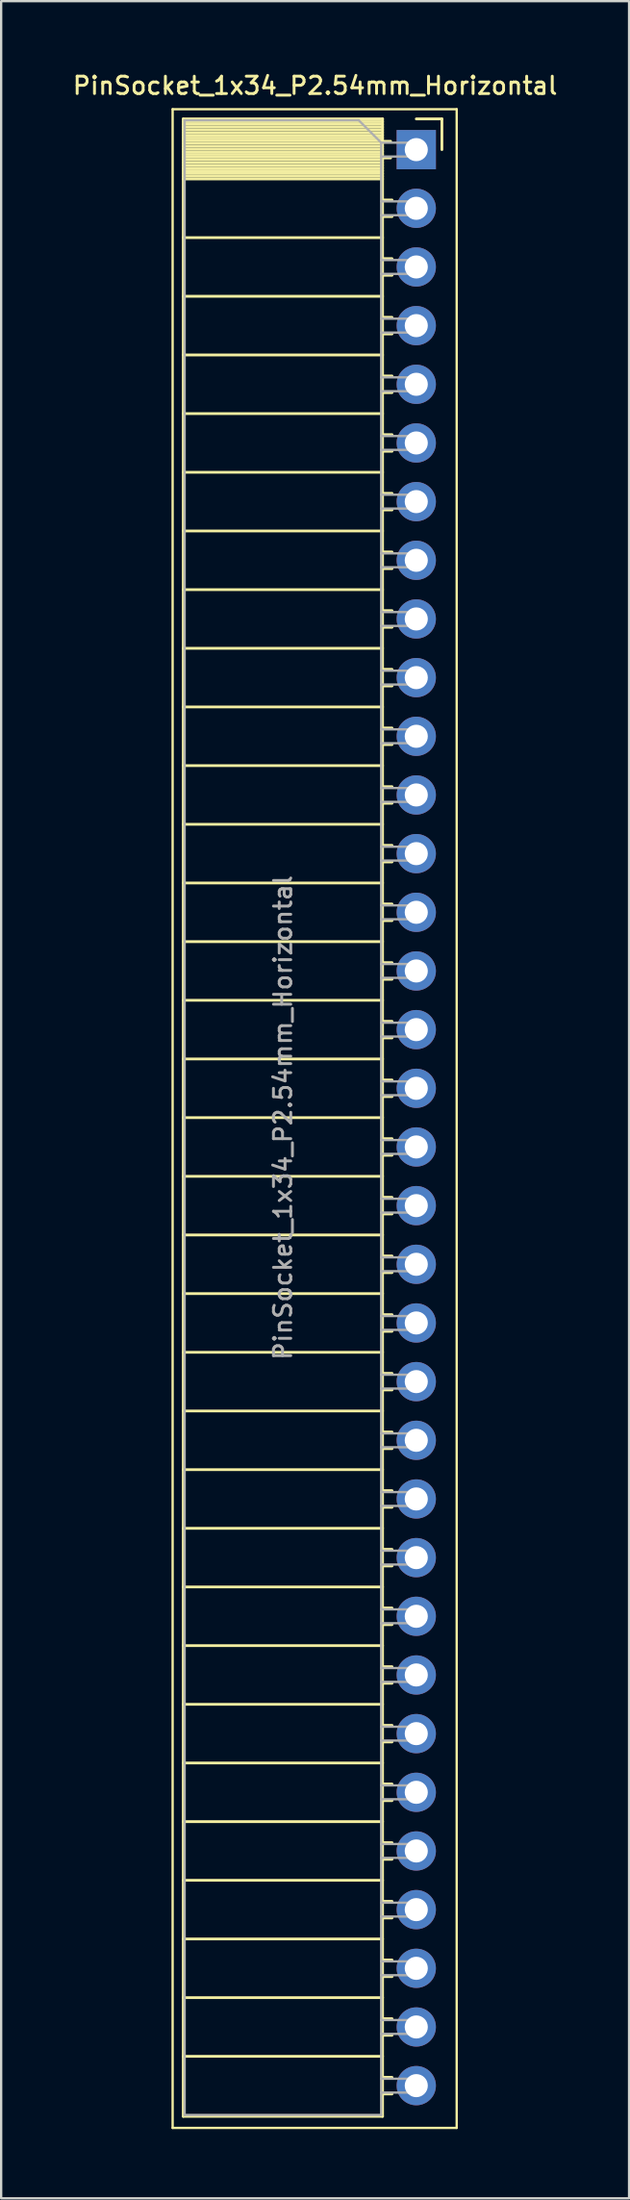
<source format=kicad_pcb>
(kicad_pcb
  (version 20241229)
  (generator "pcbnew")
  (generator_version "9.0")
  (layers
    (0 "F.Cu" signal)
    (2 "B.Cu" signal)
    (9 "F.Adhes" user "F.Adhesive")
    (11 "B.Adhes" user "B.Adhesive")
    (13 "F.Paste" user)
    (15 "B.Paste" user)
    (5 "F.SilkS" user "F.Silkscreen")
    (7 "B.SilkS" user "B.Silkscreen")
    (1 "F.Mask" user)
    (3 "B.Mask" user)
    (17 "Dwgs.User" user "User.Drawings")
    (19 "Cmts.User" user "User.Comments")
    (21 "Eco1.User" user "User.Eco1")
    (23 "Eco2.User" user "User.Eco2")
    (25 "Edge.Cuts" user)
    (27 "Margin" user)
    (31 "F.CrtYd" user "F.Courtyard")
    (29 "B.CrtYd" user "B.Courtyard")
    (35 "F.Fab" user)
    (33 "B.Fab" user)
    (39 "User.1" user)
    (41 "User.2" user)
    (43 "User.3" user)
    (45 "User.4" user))
  (footprint "PinSocket_1x34_P2.54mm_Horizontal"
    (layer "F.Cu")
    (at 14.975 3.428)
    (property "Reference" "PinSocket_1x34_P2.54mm_Horizontal" (at -4.38 -2.77 0) (layer "F.SilkS") (effects (font (size 0.75 0.75) (thickness 0.125))))
    (attr through_hole)
    (fp_line (start -10.55 -1.75) (end -10.55 85.65) (stroke (width 0.1) (type solid)) (layer "F.SilkS"))
    (fp_line (start -10.55 85.65) (end 1.75 85.65) (stroke (width 0.1) (type solid)) (layer "F.SilkS"))
    (fp_line (start -10.09 -1.33) (end -10.09 85.15) (stroke (width 0.12) (type solid)) (layer "F.SilkS"))
    (fp_line (start -10.09 -1.33) (end -1.46 -1.33) (stroke (width 0.12) (type solid)) (layer "F.SilkS"))
    (fp_line (start -10.09 -1.21) (end -1.46 -1.21) (stroke (width 0.12) (type solid)) (layer "F.SilkS"))
    (fp_line (start -10.09 -1.092) (end -1.46 -1.092) (stroke (width 0.12) (type solid)) (layer "F.SilkS"))
    (fp_line (start -10.09 -0.974) (end -1.46 -0.974) (stroke (width 0.12) (type solid)) (layer "F.SilkS"))
    (fp_line (start -10.09 -0.856) (end -1.46 -0.856) (stroke (width 0.12) (type solid)) (layer "F.SilkS"))
    (fp_line (start -10.09 -0.738) (end -1.46 -0.738) (stroke (width 0.12) (type solid)) (layer "F.SilkS"))
    (fp_line (start -10.09 -0.62) (end -1.46 -0.62) (stroke (width 0.12) (type solid)) (layer "F.SilkS"))
    (fp_line (start -10.09 -0.501) (end -1.46 -0.501) (stroke (width 0.12) (type solid)) (layer "F.SilkS"))
    (fp_line (start -10.09 -0.383) (end -1.46 -0.383) (stroke (width 0.12) (type solid)) (layer "F.SilkS"))
    (fp_line (start -10.09 -0.265) (end -1.46 -0.265) (stroke (width 0.12) (type solid)) (layer "F.SilkS"))
    (fp_line (start -10.09 -0.147) (end -1.46 -0.147) (stroke (width 0.12) (type solid)) (layer "F.SilkS"))
    (fp_line (start -10.09 -0.029) (end -1.46 -0.029) (stroke (width 0.12) (type solid)) (layer "F.SilkS"))
    (fp_line (start -10.09 0.089) (end -1.46 0.089) (stroke (width 0.12) (type solid)) (layer "F.SilkS"))
    (fp_line (start -10.09 0.207) (end -1.46 0.207) (stroke (width 0.12) (type solid)) (layer "F.SilkS"))
    (fp_line (start -10.09 0.325) (end -1.46 0.325) (stroke (width 0.12) (type solid)) (layer "F.SilkS"))
    (fp_line (start -10.09 0.443) (end -1.46 0.443) (stroke (width 0.12) (type solid)) (layer "F.SilkS"))
    (fp_line (start -10.09 0.561) (end -1.46 0.561) (stroke (width 0.12) (type solid)) (layer "F.SilkS"))
    (fp_line (start -10.09 0.68) (end -1.46 0.68) (stroke (width 0.12) (type solid)) (layer "F.SilkS"))
    (fp_line (start -10.09 0.798) (end -1.46 0.798) (stroke (width 0.12) (type solid)) (layer "F.SilkS"))
    (fp_line (start -10.09 0.916) (end -1.46 0.916) (stroke (width 0.12) (type solid)) (layer "F.SilkS"))
    (fp_line (start -10.09 1.034) (end -1.46 1.034) (stroke (width 0.12) (type solid)) (layer "F.SilkS"))
    (fp_line (start -10.09 1.152) (end -1.46 1.152) (stroke (width 0.12) (type solid)) (layer "F.SilkS"))
    (fp_line (start -10.09 1.27) (end -1.46 1.27) (stroke (width 0.12) (type solid)) (layer "F.SilkS"))
    (fp_line (start -10.09 3.81) (end -1.46 3.81) (stroke (width 0.12) (type solid)) (layer "F.SilkS"))
    (fp_line (start -10.09 6.35) (end -1.46 6.35) (stroke (width 0.12) (type solid)) (layer "F.SilkS"))
    (fp_line (start -10.09 8.89) (end -1.46 8.89) (stroke (width 0.12) (type solid)) (layer "F.SilkS"))
    (fp_line (start -10.09 11.43) (end -1.46 11.43) (stroke (width 0.12) (type solid)) (layer "F.SilkS"))
    (fp_line (start -10.09 13.97) (end -1.46 13.97) (stroke (width 0.12) (type solid)) (layer "F.SilkS"))
    (fp_line (start -10.09 16.51) (end -1.46 16.51) (stroke (width 0.12) (type solid)) (layer "F.SilkS"))
    (fp_line (start -10.09 19.05) (end -1.46 19.05) (stroke (width 0.12) (type solid)) (layer "F.SilkS"))
    (fp_line (start -10.09 21.59) (end -1.46 21.59) (stroke (width 0.12) (type solid)) (layer "F.SilkS"))
    (fp_line (start -10.09 24.13) (end -1.46 24.13) (stroke (width 0.12) (type solid)) (layer "F.SilkS"))
    (fp_line (start -10.09 26.67) (end -1.46 26.67) (stroke (width 0.12) (type solid)) (layer "F.SilkS"))
    (fp_line (start -10.09 29.21) (end -1.46 29.21) (stroke (width 0.12) (type solid)) (layer "F.SilkS"))
    (fp_line (start -10.09 31.75) (end -1.46 31.75) (stroke (width 0.12) (type solid)) (layer "F.SilkS"))
    (fp_line (start -10.09 34.29) (end -1.46 34.29) (stroke (width 0.12) (type solid)) (layer "F.SilkS"))
    (fp_line (start -10.09 36.83) (end -1.46 36.83) (stroke (width 0.12) (type solid)) (layer "F.SilkS"))
    (fp_line (start -10.09 39.37) (end -1.46 39.37) (stroke (width 0.12) (type solid)) (layer "F.SilkS"))
    (fp_line (start -10.09 41.91) (end -1.46 41.91) (stroke (width 0.12) (type solid)) (layer "F.SilkS"))
    (fp_line (start -10.09 44.45) (end -1.46 44.45) (stroke (width 0.12) (type solid)) (layer "F.SilkS"))
    (fp_line (start -10.09 46.99) (end -1.46 46.99) (stroke (width 0.12) (type solid)) (layer "F.SilkS"))
    (fp_line (start -10.09 49.53) (end -1.46 49.53) (stroke (width 0.12) (type solid)) (layer "F.SilkS"))
    (fp_line (start -10.09 52.07) (end -1.46 52.07) (stroke (width 0.12) (type solid)) (layer "F.SilkS"))
    (fp_line (start -10.09 54.61) (end -1.46 54.61) (stroke (width 0.12) (type solid)) (layer "F.SilkS"))
    (fp_line (start -10.09 57.15) (end -1.46 57.15) (stroke (width 0.12) (type solid)) (layer "F.SilkS"))
    (fp_line (start -10.09 59.69) (end -1.46 59.69) (stroke (width 0.12) (type solid)) (layer "F.SilkS"))
    (fp_line (start -10.09 62.23) (end -1.46 62.23) (stroke (width 0.12) (type solid)) (layer "F.SilkS"))
    (fp_line (start -10.09 64.77) (end -1.46 64.77) (stroke (width 0.12) (type solid)) (layer "F.SilkS"))
    (fp_line (start -10.09 67.31) (end -1.46 67.31) (stroke (width 0.12) (type solid)) (layer "F.SilkS"))
    (fp_line (start -10.09 69.85) (end -1.46 69.85) (stroke (width 0.12) (type solid)) (layer "F.SilkS"))
    (fp_line (start -10.09 72.39) (end -1.46 72.39) (stroke (width 0.12) (type solid)) (layer "F.SilkS"))
    (fp_line (start -10.09 74.93) (end -1.46 74.93) (stroke (width 0.12) (type solid)) (layer "F.SilkS"))
    (fp_line (start -10.09 77.47) (end -1.46 77.47) (stroke (width 0.12) (type solid)) (layer "F.SilkS"))
    (fp_line (start -10.09 80.01) (end -1.46 80.01) (stroke (width 0.12) (type solid)) (layer "F.SilkS"))
    (fp_line (start -10.09 82.55) (end -1.46 82.55) (stroke (width 0.12) (type solid)) (layer "F.SilkS"))
    (fp_line (start -10.09 85.15) (end -1.46 85.15) (stroke (width 0.12) (type solid)) (layer "F.SilkS"))
    (fp_line (start -1.46 -1.33) (end -1.46 85.15) (stroke (width 0.12) (type solid)) (layer "F.SilkS"))
    (fp_line (start -1.46 -0.36) (end -1.11 -0.36) (stroke (width 0.12) (type solid)) (layer "F.SilkS"))
    (fp_line (start -1.46 0.36) (end -1.11 0.36) (stroke (width 0.12) (type solid)) (layer "F.SilkS"))
    (fp_line (start -1.46 2.18) (end -1.05 2.18) (stroke (width 0.12) (type solid)) (layer "F.SilkS"))
    (fp_line (start -1.46 2.9) (end -1.05 2.9) (stroke (width 0.12) (type solid)) (layer "F.SilkS"))
    (fp_line (start -1.46 4.72) (end -1.05 4.72) (stroke (width 0.12) (type solid)) (layer "F.SilkS"))
    (fp_line (start -1.46 5.44) (end -1.05 5.44) (stroke (width 0.12) (type solid)) (layer "F.SilkS"))
    (fp_line (start -1.46 7.26) (end -1.05 7.26) (stroke (width 0.12) (type solid)) (layer "F.SilkS"))
    (fp_line (start -1.46 7.98) (end -1.05 7.98) (stroke (width 0.12) (type solid)) (layer "F.SilkS"))
    (fp_line (start -1.46 9.8) (end -1.05 9.8) (stroke (width 0.12) (type solid)) (layer "F.SilkS"))
    (fp_line (start -1.46 10.52) (end -1.05 10.52) (stroke (width 0.12) (type solid)) (layer "F.SilkS"))
    (fp_line (start -1.46 12.34) (end -1.05 12.34) (stroke (width 0.12) (type solid)) (layer "F.SilkS"))
    (fp_line (start -1.46 13.06) (end -1.05 13.06) (stroke (width 0.12) (type solid)) (layer "F.SilkS"))
    (fp_line (start -1.46 14.88) (end -1.05 14.88) (stroke (width 0.12) (type solid)) (layer "F.SilkS"))
    (fp_line (start -1.46 15.6) (end -1.05 15.6) (stroke (width 0.12) (type solid)) (layer "F.SilkS"))
    (fp_line (start -1.46 17.42) (end -1.05 17.42) (stroke (width 0.12) (type solid)) (layer "F.SilkS"))
    (fp_line (start -1.46 18.14) (end -1.05 18.14) (stroke (width 0.12) (type solid)) (layer "F.SilkS"))
    (fp_line (start -1.46 19.96) (end -1.05 19.96) (stroke (width 0.12) (type solid)) (layer "F.SilkS"))
    (fp_line (start -1.46 20.68) (end -1.05 20.68) (stroke (width 0.12) (type solid)) (layer "F.SilkS"))
    (fp_line (start -1.46 22.5) (end -1.05 22.5) (stroke (width 0.12) (type solid)) (layer "F.SilkS"))
    (fp_line (start -1.46 23.22) (end -1.05 23.22) (stroke (width 0.12) (type solid)) (layer "F.SilkS"))
    (fp_line (start -1.46 25.04) (end -1.05 25.04) (stroke (width 0.12) (type solid)) (layer "F.SilkS"))
    (fp_line (start -1.46 25.76) (end -1.05 25.76) (stroke (width 0.12) (type solid)) (layer "F.SilkS"))
    (fp_line (start -1.46 27.58) (end -1.05 27.58) (stroke (width 0.12) (type solid)) (layer "F.SilkS"))
    (fp_line (start -1.46 28.3) (end -1.05 28.3) (stroke (width 0.12) (type solid)) (layer "F.SilkS"))
    (fp_line (start -1.46 30.12) (end -1.05 30.12) (stroke (width 0.12) (type solid)) (layer "F.SilkS"))
    (fp_line (start -1.46 30.84) (end -1.05 30.84) (stroke (width 0.12) (type solid)) (layer "F.SilkS"))
    (fp_line (start -1.46 32.66) (end -1.05 32.66) (stroke (width 0.12) (type solid)) (layer "F.SilkS"))
    (fp_line (start -1.46 33.38) (end -1.05 33.38) (stroke (width 0.12) (type solid)) (layer "F.SilkS"))
    (fp_line (start -1.46 35.2) (end -1.05 35.2) (stroke (width 0.12) (type solid)) (layer "F.SilkS"))
    (fp_line (start -1.46 35.92) (end -1.05 35.92) (stroke (width 0.12) (type solid)) (layer "F.SilkS"))
    (fp_line (start -1.46 37.74) (end -1.05 37.74) (stroke (width 0.12) (type solid)) (layer "F.SilkS"))
    (fp_line (start -1.46 38.46) (end -1.05 38.46) (stroke (width 0.12) (type solid)) (layer "F.SilkS"))
    (fp_line (start -1.46 40.28) (end -1.05 40.28) (stroke (width 0.12) (type solid)) (layer "F.SilkS"))
    (fp_line (start -1.46 41) (end -1.05 41) (stroke (width 0.12) (type solid)) (layer "F.SilkS"))
    (fp_line (start -1.46 42.82) (end -1.05 42.82) (stroke (width 0.12) (type solid)) (layer "F.SilkS"))
    (fp_line (start -1.46 43.54) (end -1.05 43.54) (stroke (width 0.12) (type solid)) (layer "F.SilkS"))
    (fp_line (start -1.46 45.36) (end -1.05 45.36) (stroke (width 0.12) (type solid)) (layer "F.SilkS"))
    (fp_line (start -1.46 46.08) (end -1.05 46.08) (stroke (width 0.12) (type solid)) (layer "F.SilkS"))
    (fp_line (start -1.46 47.9) (end -1.05 47.9) (stroke (width 0.12) (type solid)) (layer "F.SilkS"))
    (fp_line (start -1.46 48.62) (end -1.05 48.62) (stroke (width 0.12) (type solid)) (layer "F.SilkS"))
    (fp_line (start -1.46 50.44) (end -1.05 50.44) (stroke (width 0.12) (type solid)) (layer "F.SilkS"))
    (fp_line (start -1.46 51.16) (end -1.05 51.16) (stroke (width 0.12) (type solid)) (layer "F.SilkS"))
    (fp_line (start -1.46 52.98) (end -1.05 52.98) (stroke (width 0.12) (type solid)) (layer "F.SilkS"))
    (fp_line (start -1.46 53.7) (end -1.05 53.7) (stroke (width 0.12) (type solid)) (layer "F.SilkS"))
    (fp_line (start -1.46 55.52) (end -1.05 55.52) (stroke (width 0.12) (type solid)) (layer "F.SilkS"))
    (fp_line (start -1.46 56.24) (end -1.05 56.24) (stroke (width 0.12) (type solid)) (layer "F.SilkS"))
    (fp_line (start -1.46 58.06) (end -1.05 58.06) (stroke (width 0.12) (type solid)) (layer "F.SilkS"))
    (fp_line (start -1.46 58.78) (end -1.05 58.78) (stroke (width 0.12) (type solid)) (layer "F.SilkS"))
    (fp_line (start -1.46 60.6) (end -1.05 60.6) (stroke (width 0.12) (type solid)) (layer "F.SilkS"))
    (fp_line (start -1.46 61.32) (end -1.05 61.32) (stroke (width 0.12) (type solid)) (layer "F.SilkS"))
    (fp_line (start -1.46 63.14) (end -1.05 63.14) (stroke (width 0.12) (type solid)) (layer "F.SilkS"))
    (fp_line (start -1.46 63.86) (end -1.05 63.86) (stroke (width 0.12) (type solid)) (layer "F.SilkS"))
    (fp_line (start -1.46 65.68) (end -1.05 65.68) (stroke (width 0.12) (type solid)) (layer "F.SilkS"))
    (fp_line (start -1.46 66.4) (end -1.05 66.4) (stroke (width 0.12) (type solid)) (layer "F.SilkS"))
    (fp_line (start -1.46 68.22) (end -1.05 68.22) (stroke (width 0.12) (type solid)) (layer "F.SilkS"))
    (fp_line (start -1.46 68.94) (end -1.05 68.94) (stroke (width 0.12) (type solid)) (layer "F.SilkS"))
    (fp_line (start -1.46 70.76) (end -1.05 70.76) (stroke (width 0.12) (type solid)) (layer "F.SilkS"))
    (fp_line (start -1.46 71.48) (end -1.05 71.48) (stroke (width 0.12) (type solid)) (layer "F.SilkS"))
    (fp_line (start -1.46 73.3) (end -1.05 73.3) (stroke (width 0.12) (type solid)) (layer "F.SilkS"))
    (fp_line (start -1.46 74.02) (end -1.05 74.02) (stroke (width 0.12) (type solid)) (layer "F.SilkS"))
    (fp_line (start -1.46 75.84) (end -1.05 75.84) (stroke (width 0.12) (type solid)) (layer "F.SilkS"))
    (fp_line (start -1.46 76.56) (end -1.05 76.56) (stroke (width 0.12) (type solid)) (layer "F.SilkS"))
    (fp_line (start -1.46 78.38) (end -1.05 78.38) (stroke (width 0.12) (type solid)) (layer "F.SilkS"))
    (fp_line (start -1.46 79.1) (end -1.05 79.1) (stroke (width 0.12) (type solid)) (layer "F.SilkS"))
    (fp_line (start -1.46 80.92) (end -1.05 80.92) (stroke (width 0.12) (type solid)) (layer "F.SilkS"))
    (fp_line (start -1.46 81.64) (end -1.05 81.64) (stroke (width 0.12) (type solid)) (layer "F.SilkS"))
    (fp_line (start -1.46 83.46) (end -1.05 83.46) (stroke (width 0.12) (type solid)) (layer "F.SilkS"))
    (fp_line (start -1.46 84.18) (end -1.05 84.18) (stroke (width 0.12) (type solid)) (layer "F.SilkS"))
    (fp_line (start 0 -1.33) (end 1.11 -1.33) (stroke (width 0.12) (type solid)) (layer "F.SilkS"))
    (fp_line (start 1.11 -1.33) (end 1.11 0) (stroke (width 0.12) (type solid)) (layer "F.SilkS"))
    (fp_line (start 1.75 -1.75) (end -10.55 -1.75) (stroke (width 0.1) (type solid)) (layer "F.SilkS"))
    (fp_line (start 1.75 85.65) (end 1.75 -1.75) (stroke (width 0.1) (type solid)) (layer "F.SilkS"))
    (fp_line (start -10.03 -1.27) (end -2.49 -1.27) (stroke (width 0.1) (type solid)) (layer "F.Fab"))
    (fp_line (start -10.03 85.09) (end -10.03 -1.27) (stroke (width 0.1) (type solid)) (layer "F.Fab"))
    (fp_line (start -2.49 -1.27) (end -1.52 -0.3) (stroke (width 0.1) (type solid)) (layer "F.Fab"))
    (fp_line (start -1.52 -0.3) (end -1.52 85.09) (stroke (width 0.1) (type solid)) (layer "F.Fab"))
    (fp_line (start -1.52 0.3) (end 0 0.3) (stroke (width 0.1) (type solid)) (layer "F.Fab"))
    (fp_line (start -1.52 2.84) (end 0 2.84) (stroke (width 0.1) (type solid)) (layer "F.Fab"))
    (fp_line (start -1.52 5.38) (end 0 5.38) (stroke (width 0.1) (type solid)) (layer "F.Fab"))
    (fp_line (start -1.52 7.92) (end 0 7.92) (stroke (width 0.1) (type solid)) (layer "F.Fab"))
    (fp_line (start -1.52 10.46) (end 0 10.46) (stroke (width 0.1) (type solid)) (layer "F.Fab"))
    (fp_line (start -1.52 13) (end 0 13) (stroke (width 0.1) (type solid)) (layer "F.Fab"))
    (fp_line (start -1.52 15.54) (end 0 15.54) (stroke (width 0.1) (type solid)) (layer "F.Fab"))
    (fp_line (start -1.52 18.08) (end 0 18.08) (stroke (width 0.1) (type solid)) (layer "F.Fab"))
    (fp_line (start -1.52 20.62) (end 0 20.62) (stroke (width 0.1) (type solid)) (layer "F.Fab"))
    (fp_line (start -1.52 23.16) (end 0 23.16) (stroke (width 0.1) (type solid)) (layer "F.Fab"))
    (fp_line (start -1.52 25.7) (end 0 25.7) (stroke (width 0.1) (type solid)) (layer "F.Fab"))
    (fp_line (start -1.52 28.24) (end 0 28.24) (stroke (width 0.1) (type solid)) (layer "F.Fab"))
    (fp_line (start -1.52 30.78) (end 0 30.78) (stroke (width 0.1) (type solid)) (layer "F.Fab"))
    (fp_line (start -1.52 33.32) (end 0 33.32) (stroke (width 0.1) (type solid)) (layer "F.Fab"))
    (fp_line (start -1.52 35.86) (end 0 35.86) (stroke (width 0.1) (type solid)) (layer "F.Fab"))
    (fp_line (start -1.52 38.4) (end 0 38.4) (stroke (width 0.1) (type solid)) (layer "F.Fab"))
    (fp_line (start -1.52 40.94) (end 0 40.94) (stroke (width 0.1) (type solid)) (layer "F.Fab"))
    (fp_line (start -1.52 43.48) (end 0 43.48) (stroke (width 0.1) (type solid)) (layer "F.Fab"))
    (fp_line (start -1.52 46.02) (end 0 46.02) (stroke (width 0.1) (type solid)) (layer "F.Fab"))
    (fp_line (start -1.52 48.56) (end 0 48.56) (stroke (width 0.1) (type solid)) (layer "F.Fab"))
    (fp_line (start -1.52 51.1) (end 0 51.1) (stroke (width 0.1) (type solid)) (layer "F.Fab"))
    (fp_line (start -1.52 53.64) (end 0 53.64) (stroke (width 0.1) (type solid)) (layer "F.Fab"))
    (fp_line (start -1.52 56.18) (end 0 56.18) (stroke (width 0.1) (type solid)) (layer "F.Fab"))
    (fp_line (start -1.52 58.72) (end 0 58.72) (stroke (width 0.1) (type solid)) (layer "F.Fab"))
    (fp_line (start -1.52 61.26) (end 0 61.26) (stroke (width 0.1) (type solid)) (layer "F.Fab"))
    (fp_line (start -1.52 63.8) (end 0 63.8) (stroke (width 0.1) (type solid)) (layer "F.Fab"))
    (fp_line (start -1.52 66.34) (end 0 66.34) (stroke (width 0.1) (type solid)) (layer "F.Fab"))
    (fp_line (start -1.52 68.88) (end 0 68.88) (stroke (width 0.1) (type solid)) (layer "F.Fab"))
    (fp_line (start -1.52 71.42) (end 0 71.42) (stroke (width 0.1) (type solid)) (layer "F.Fab"))
    (fp_line (start -1.52 73.96) (end 0 73.96) (stroke (width 0.1) (type solid)) (layer "F.Fab"))
    (fp_line (start -1.52 76.5) (end 0 76.5) (stroke (width 0.1) (type solid)) (layer "F.Fab"))
    (fp_line (start -1.52 79.04) (end 0 79.04) (stroke (width 0.1) (type solid)) (layer "F.Fab"))
    (fp_line (start -1.52 81.58) (end 0 81.58) (stroke (width 0.1) (type solid)) (layer "F.Fab"))
    (fp_line (start -1.52 84.12) (end 0 84.12) (stroke (width 0.1) (type solid)) (layer "F.Fab"))
    (fp_line (start -1.52 85.09) (end -10.03 85.09) (stroke (width 0.1) (type solid)) (layer "F.Fab"))
    (fp_line (start 0 -0.3) (end -1.52 -0.3) (stroke (width 0.1) (type solid)) (layer "F.Fab"))
    (fp_line (start 0 0.3) (end 0 -0.3) (stroke (width 0.1) (type solid)) (layer "F.Fab"))
    (fp_line (start 0 2.24) (end -1.52 2.24) (stroke (width 0.1) (type solid)) (layer "F.Fab"))
    (fp_line (start 0 2.84) (end 0 2.24) (stroke (width 0.1) (type solid)) (layer "F.Fab"))
    (fp_line (start 0 4.78) (end -1.52 4.78) (stroke (width 0.1) (type solid)) (layer "F.Fab"))
    (fp_line (start 0 5.38) (end 0 4.78) (stroke (width 0.1) (type solid)) (layer "F.Fab"))
    (fp_line (start 0 7.32) (end -1.52 7.32) (stroke (width 0.1) (type solid)) (layer "F.Fab"))
    (fp_line (start 0 7.92) (end 0 7.32) (stroke (width 0.1) (type solid)) (layer "F.Fab"))
    (fp_line (start 0 9.86) (end -1.52 9.86) (stroke (width 0.1) (type solid)) (layer "F.Fab"))
    (fp_line (start 0 10.46) (end 0 9.86) (stroke (width 0.1) (type solid)) (layer "F.Fab"))
    (fp_line (start 0 12.4) (end -1.52 12.4) (stroke (width 0.1) (type solid)) (layer "F.Fab"))
    (fp_line (start 0 13) (end 0 12.4) (stroke (width 0.1) (type solid)) (layer "F.Fab"))
    (fp_line (start 0 14.94) (end -1.52 14.94) (stroke (width 0.1) (type solid)) (layer "F.Fab"))
    (fp_line (start 0 15.54) (end 0 14.94) (stroke (width 0.1) (type solid)) (layer "F.Fab"))
    (fp_line (start 0 17.48) (end -1.52 17.48) (stroke (width 0.1) (type solid)) (layer "F.Fab"))
    (fp_line (start 0 18.08) (end 0 17.48) (stroke (width 0.1) (type solid)) (layer "F.Fab"))
    (fp_line (start 0 20.02) (end -1.52 20.02) (stroke (width 0.1) (type solid)) (layer "F.Fab"))
    (fp_line (start 0 20.62) (end 0 20.02) (stroke (width 0.1) (type solid)) (layer "F.Fab"))
    (fp_line (start 0 22.56) (end -1.52 22.56) (stroke (width 0.1) (type solid)) (layer "F.Fab"))
    (fp_line (start 0 23.16) (end 0 22.56) (stroke (width 0.1) (type solid)) (layer "F.Fab"))
    (fp_line (start 0 25.1) (end -1.52 25.1) (stroke (width 0.1) (type solid)) (layer "F.Fab"))
    (fp_line (start 0 25.7) (end 0 25.1) (stroke (width 0.1) (type solid)) (layer "F.Fab"))
    (fp_line (start 0 27.64) (end -1.52 27.64) (stroke (width 0.1) (type solid)) (layer "F.Fab"))
    (fp_line (start 0 28.24) (end 0 27.64) (stroke (width 0.1) (type solid)) (layer "F.Fab"))
    (fp_line (start 0 30.18) (end -1.52 30.18) (stroke (width 0.1) (type solid)) (layer "F.Fab"))
    (fp_line (start 0 30.78) (end 0 30.18) (stroke (width 0.1) (type solid)) (layer "F.Fab"))
    (fp_line (start 0 32.72) (end -1.52 32.72) (stroke (width 0.1) (type solid)) (layer "F.Fab"))
    (fp_line (start 0 33.32) (end 0 32.72) (stroke (width 0.1) (type solid)) (layer "F.Fab"))
    (fp_line (start 0 35.26) (end -1.52 35.26) (stroke (width 0.1) (type solid)) (layer "F.Fab"))
    (fp_line (start 0 35.86) (end 0 35.26) (stroke (width 0.1) (type solid)) (layer "F.Fab"))
    (fp_line (start 0 37.8) (end -1.52 37.8) (stroke (width 0.1) (type solid)) (layer "F.Fab"))
    (fp_line (start 0 38.4) (end 0 37.8) (stroke (width 0.1) (type solid)) (layer "F.Fab"))
    (fp_line (start 0 40.34) (end -1.52 40.34) (stroke (width 0.1) (type solid)) (layer "F.Fab"))
    (fp_line (start 0 40.94) (end 0 40.34) (stroke (width 0.1) (type solid)) (layer "F.Fab"))
    (fp_line (start 0 42.88) (end -1.52 42.88) (stroke (width 0.1) (type solid)) (layer "F.Fab"))
    (fp_line (start 0 43.48) (end 0 42.88) (stroke (width 0.1) (type solid)) (layer "F.Fab"))
    (fp_line (start 0 45.42) (end -1.52 45.42) (stroke (width 0.1) (type solid)) (layer "F.Fab"))
    (fp_line (start 0 46.02) (end 0 45.42) (stroke (width 0.1) (type solid)) (layer "F.Fab"))
    (fp_line (start 0 47.96) (end -1.52 47.96) (stroke (width 0.1) (type solid)) (layer "F.Fab"))
    (fp_line (start 0 48.56) (end 0 47.96) (stroke (width 0.1) (type solid)) (layer "F.Fab"))
    (fp_line (start 0 50.5) (end -1.52 50.5) (stroke (width 0.1) (type solid)) (layer "F.Fab"))
    (fp_line (start 0 51.1) (end 0 50.5) (stroke (width 0.1) (type solid)) (layer "F.Fab"))
    (fp_line (start 0 53.04) (end -1.52 53.04) (stroke (width 0.1) (type solid)) (layer "F.Fab"))
    (fp_line (start 0 53.64) (end 0 53.04) (stroke (width 0.1) (type solid)) (layer "F.Fab"))
    (fp_line (start 0 55.58) (end -1.52 55.58) (stroke (width 0.1) (type solid)) (layer "F.Fab"))
    (fp_line (start 0 56.18) (end 0 55.58) (stroke (width 0.1) (type solid)) (layer "F.Fab"))
    (fp_line (start 0 58.12) (end -1.52 58.12) (stroke (width 0.1) (type solid)) (layer "F.Fab"))
    (fp_line (start 0 58.72) (end 0 58.12) (stroke (width 0.1) (type solid)) (layer "F.Fab"))
    (fp_line (start 0 60.66) (end -1.52 60.66) (stroke (width 0.1) (type solid)) (layer "F.Fab"))
    (fp_line (start 0 61.26) (end 0 60.66) (stroke (width 0.1) (type solid)) (layer "F.Fab"))
    (fp_line (start 0 63.2) (end -1.52 63.2) (stroke (width 0.1) (type solid)) (layer "F.Fab"))
    (fp_line (start 0 63.8) (end 0 63.2) (stroke (width 0.1) (type solid)) (layer "F.Fab"))
    (fp_line (start 0 65.74) (end -1.52 65.74) (stroke (width 0.1) (type solid)) (layer "F.Fab"))
    (fp_line (start 0 66.34) (end 0 65.74) (stroke (width 0.1) (type solid)) (layer "F.Fab"))
    (fp_line (start 0 68.28) (end -1.52 68.28) (stroke (width 0.1) (type solid)) (layer "F.Fab"))
    (fp_line (start 0 68.88) (end 0 68.28) (stroke (width 0.1) (type solid)) (layer "F.Fab"))
    (fp_line (start 0 70.82) (end -1.52 70.82) (stroke (width 0.1) (type solid)) (layer "F.Fab"))
    (fp_line (start 0 71.42) (end 0 70.82) (stroke (width 0.1) (type solid)) (layer "F.Fab"))
    (fp_line (start 0 73.36) (end -1.52 73.36) (stroke (width 0.1) (type solid)) (layer "F.Fab"))
    (fp_line (start 0 73.96) (end 0 73.36) (stroke (width 0.1) (type solid)) (layer "F.Fab"))
    (fp_line (start 0 75.9) (end -1.52 75.9) (stroke (width 0.1) (type solid)) (layer "F.Fab"))
    (fp_line (start 0 76.5) (end 0 75.9) (stroke (width 0.1) (type solid)) (layer "F.Fab"))
    (fp_line (start 0 78.44) (end -1.52 78.44) (stroke (width 0.1) (type solid)) (layer "F.Fab"))
    (fp_line (start 0 79.04) (end 0 78.44) (stroke (width 0.1) (type solid)) (layer "F.Fab"))
    (fp_line (start 0 80.98) (end -1.52 80.98) (stroke (width 0.1) (type solid)) (layer "F.Fab"))
    (fp_line (start 0 81.58) (end 0 80.98) (stroke (width 0.1) (type solid)) (layer "F.Fab"))
    (fp_line (start 0 83.52) (end -1.52 83.52) (stroke (width 0.1) (type solid)) (layer "F.Fab"))
    (fp_line (start 0 84.12) (end 0 83.52) (stroke (width 0.1) (type solid)) (layer "F.Fab"))
    (fp_text user "${REFERENCE}" (at -5.775 41.91 90) (layer "F.Fab") (effects (font (size 0.75 0.75) (thickness 0.125))))
    (pad "1" thru_hole rect (at 0 0) (size 1.7 1.7) (drill 1) (layers "*.Cu" "*.Mask"))
    (pad "2" thru_hole oval (at 0 2.54) (size 1.7 1.7) (drill 1) (layers "*.Cu" "*.Mask"))
    (pad "3" thru_hole oval (at 0 5.08) (size 1.7 1.7) (drill 1) (layers "*.Cu" "*.Mask"))
    (pad "4" thru_hole oval (at 0 7.62) (size 1.7 1.7) (drill 1) (layers "*.Cu" "*.Mask"))
    (pad "5" thru_hole oval (at 0 10.16) (size 1.7 1.7) (drill 1) (layers "*.Cu" "*.Mask"))
    (pad "6" thru_hole oval (at 0 12.7) (size 1.7 1.7) (drill 1) (layers "*.Cu" "*.Mask"))
    (pad "7" thru_hole oval (at 0 15.24) (size 1.7 1.7) (drill 1) (layers "*.Cu" "*.Mask"))
    (pad "8" thru_hole oval (at 0 17.78) (size 1.7 1.7) (drill 1) (layers "*.Cu" "*.Mask"))
    (pad "9" thru_hole oval (at 0 20.32) (size 1.7 1.7) (drill 1) (layers "*.Cu" "*.Mask"))
    (pad "10" thru_hole oval (at 0 22.86) (size 1.7 1.7) (drill 1) (layers "*.Cu" "*.Mask"))
    (pad "11" thru_hole oval (at 0 25.4) (size 1.7 1.7) (drill 1) (layers "*.Cu" "*.Mask"))
    (pad "12" thru_hole oval (at 0 27.94) (size 1.7 1.7) (drill 1) (layers "*.Cu" "*.Mask"))
    (pad "13" thru_hole oval (at 0 30.48) (size 1.7 1.7) (drill 1) (layers "*.Cu" "*.Mask"))
    (pad "14" thru_hole oval (at 0 33.02) (size 1.7 1.7) (drill 1) (layers "*.Cu" "*.Mask"))
    (pad "15" thru_hole oval (at 0 35.56) (size 1.7 1.7) (drill 1) (layers "*.Cu" "*.Mask"))
    (pad "16" thru_hole oval (at 0 38.1) (size 1.7 1.7) (drill 1) (layers "*.Cu" "*.Mask"))
    (pad "17" thru_hole oval (at 0 40.64) (size 1.7 1.7) (drill 1) (layers "*.Cu" "*.Mask"))
    (pad "18" thru_hole oval (at 0 43.18) (size 1.7 1.7) (drill 1) (layers "*.Cu" "*.Mask"))
    (pad "19" thru_hole oval (at 0 45.72) (size 1.7 1.7) (drill 1) (layers "*.Cu" "*.Mask"))
    (pad "20" thru_hole oval (at 0 48.26) (size 1.7 1.7) (drill 1) (layers "*.Cu" "*.Mask"))
    (pad "21" thru_hole oval (at 0 50.8) (size 1.7 1.7) (drill 1) (layers "*.Cu" "*.Mask"))
    (pad "22" thru_hole oval (at 0 53.34) (size 1.7 1.7) (drill 1) (layers "*.Cu" "*.Mask"))
    (pad "23" thru_hole oval (at 0 55.88) (size 1.7 1.7) (drill 1) (layers "*.Cu" "*.Mask"))
    (pad "24" thru_hole oval (at 0 58.42) (size 1.7 1.7) (drill 1) (layers "*.Cu" "*.Mask"))
    (pad "25" thru_hole oval (at 0 60.96) (size 1.7 1.7) (drill 1) (layers "*.Cu" "*.Mask"))
    (pad "26" thru_hole oval (at 0 63.5) (size 1.7 1.7) (drill 1) (layers "*.Cu" "*.Mask"))
    (pad "27" thru_hole oval (at 0 66.04) (size 1.7 1.7) (drill 1) (layers "*.Cu" "*.Mask"))
    (pad "28" thru_hole oval (at 0 68.58) (size 1.7 1.7) (drill 1) (layers "*.Cu" "*.Mask"))
    (pad "29" thru_hole oval (at 0 71.12) (size 1.7 1.7) (drill 1) (layers "*.Cu" "*.Mask"))
    (pad "30" thru_hole oval (at 0 73.66) (size 1.7 1.7) (drill 1) (layers "*.Cu" "*.Mask"))
    (pad "31" thru_hole oval (at 0 76.2) (size 1.7 1.7) (drill 1) (layers "*.Cu" "*.Mask"))
    (pad "32" thru_hole oval (at 0 78.74) (size 1.7 1.7) (drill 1) (layers "*.Cu" "*.Mask"))
    (pad "33" thru_hole oval (at 0 81.28) (size 1.7 1.7) (drill 1) (layers "*.Cu" "*.Mask"))
    (pad "34" thru_hole oval (at 0 83.82) (size 1.7 1.7) (drill 1) (layers "*.Cu" "*.Mask")))
  (gr_rect
    (start -3 -3)
    (end 24.189 92.128)
    (stroke (width 0.1) (type default))
    (fill no)
    (layer "Edge.Cuts")))
</source>
